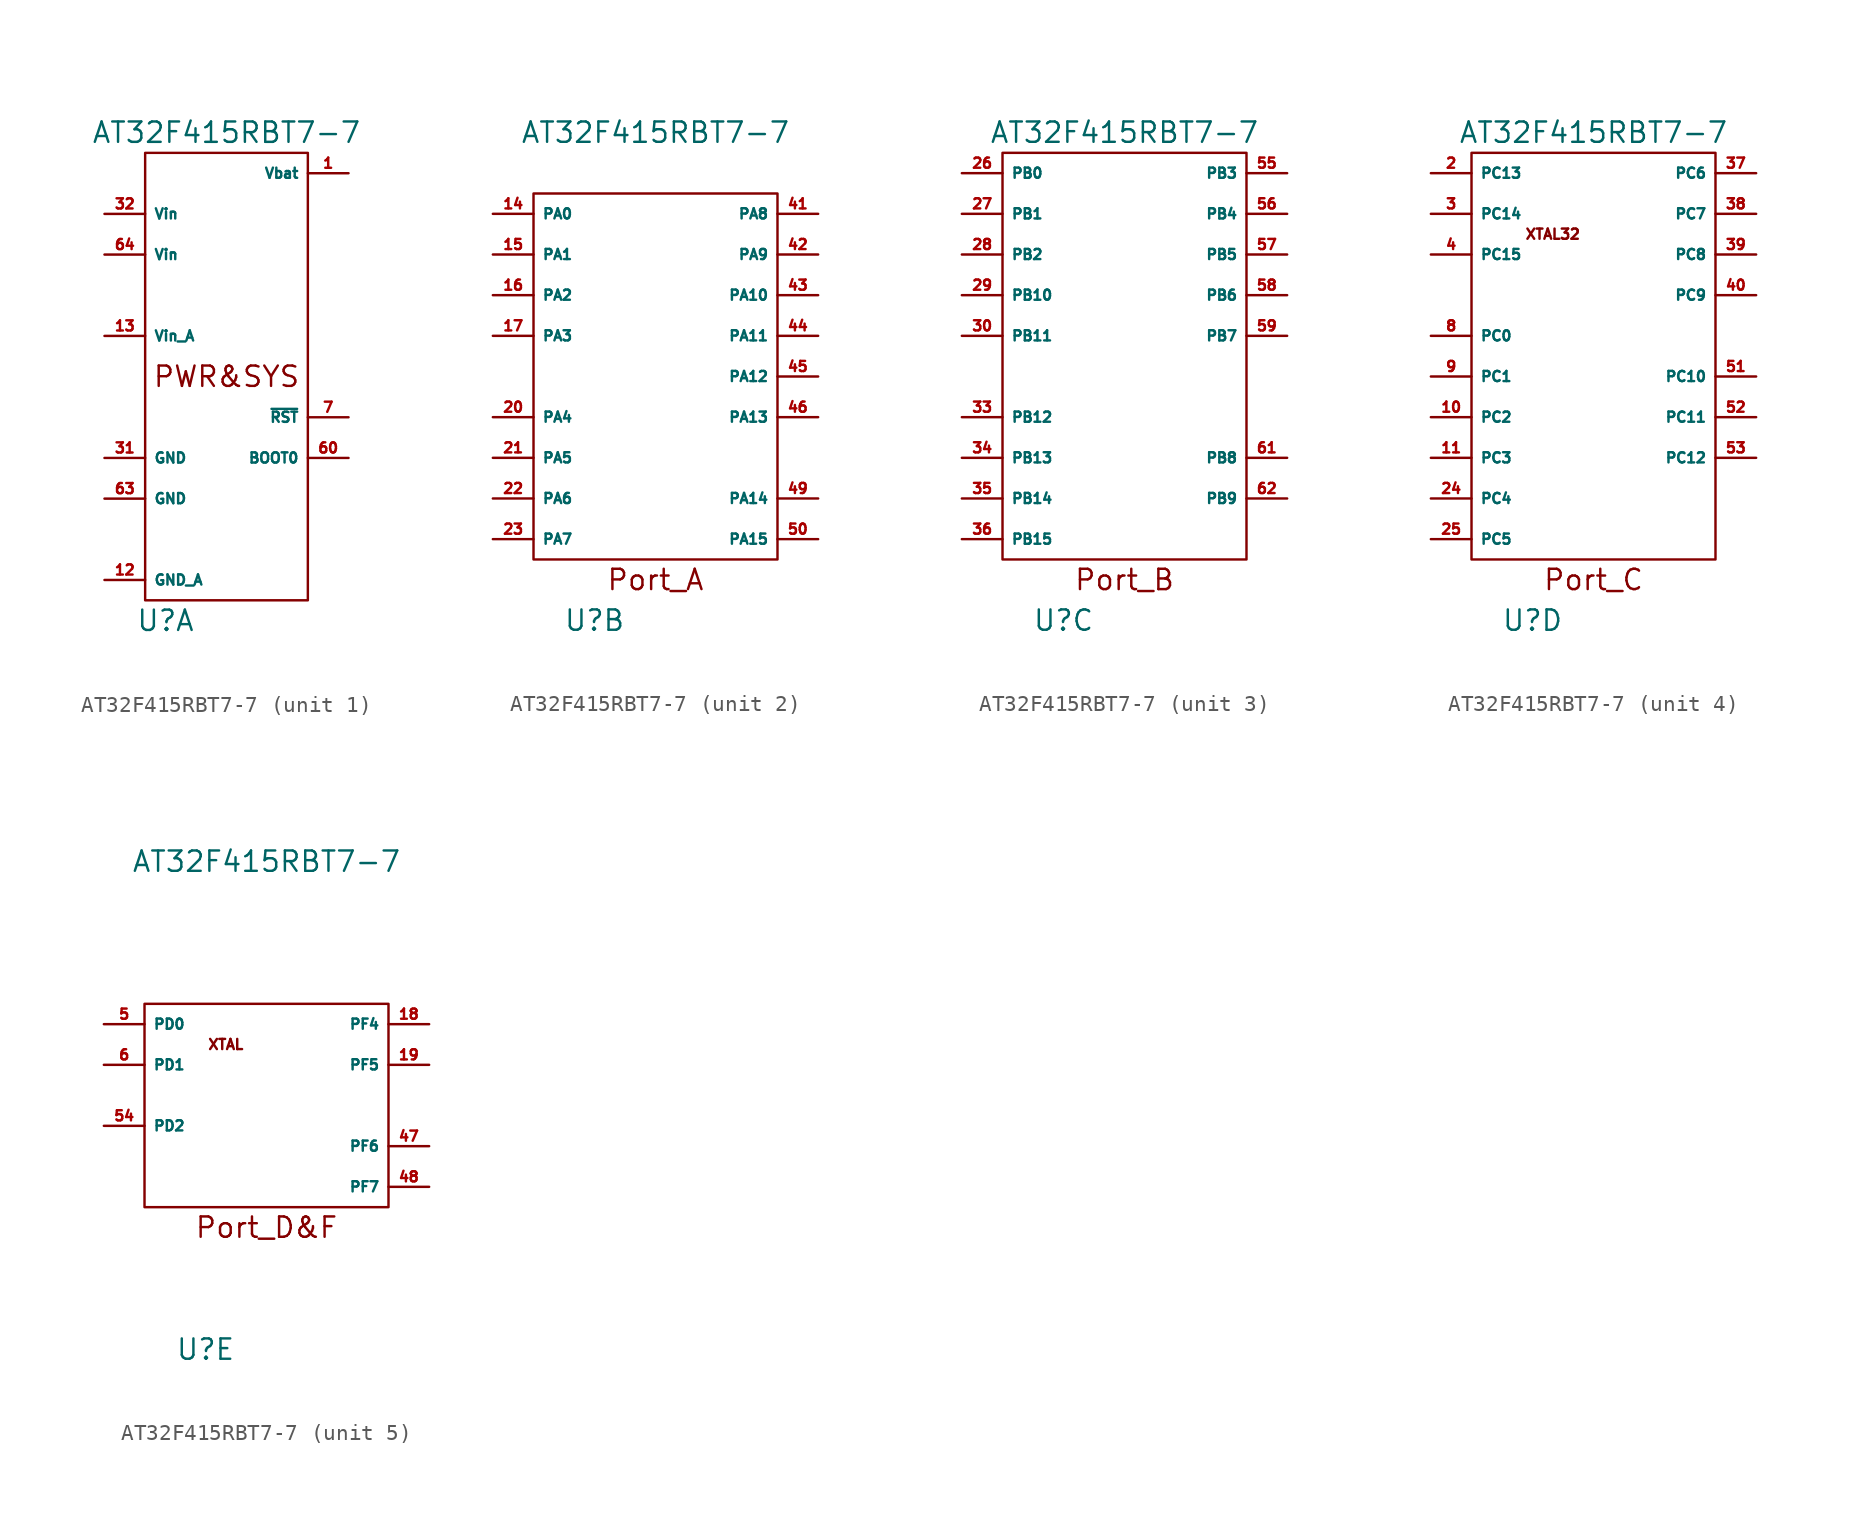
<source format=kicad_sym>
(kicad_symbol_lib
  (version 20211014)
  (generator kicad_symbol_editor)
  (symbol "AT32F415RBT7-7"
    (property "Reference" "U"
      (at -3.81 -15.24 0)
      (effects (font (size 1.27 1.27))))
    (property "Value" "AT32F415RBT7-7"
      (at 0 15.24 0)
      (effects (font (size 1.27 1.27))))
    (property "ki_locked" ""
      (at 0 0 0)
      (effects (font (size 1.27 1.27))))
    (symbol "AT32F415RBT7-7_1_0"
      (rectangle (start -5.08 13.97) (end 5.08 -13.97) (stroke (width 0) (type default) (color 0 0 0 0)) (fill (type none)))
      (text "PWR&SYS" (at 0 0 0) (effects (font (size 1.27 1.27)))))
    (symbol "AT32F415RBT7-7_1_1"
      (pin power_in line (at 7.62 12.7 180) (length 2.54) (name "Vbat" (effects (font (size 0.635 0.635)))) (number "1" (effects (font (size 0.635 0.635)))))
      (pin power_in line (at -7.62 -12.7 0) (length 2.54) (name "GND_A" (effects (font (size 0.635 0.635)))) (number "12" (effects (font (size 0.635 0.635)))))
      (pin power_in line (at -7.62 2.54 0) (length 2.54) (name "Vin_A" (effects (font (size 0.635 0.635)))) (number "13" (effects (font (size 0.635 0.635)))))
      (pin power_in line (at -7.62 -5.08 0) (length 2.54) (name "GND" (effects (font (size 0.635 0.635)))) (number "31" (effects (font (size 0.635 0.635)))))
      (pin power_in line (at -7.62 10.16 0) (length 2.54) (name "Vin" (effects (font (size 0.635 0.635)))) (number "32" (effects (font (size 0.635 0.635)))))
      (pin input line (at 7.62 -5.08 180) (length 2.54) (name "BOOT0" (effects (font (size 0.635 0.635)))) (number "60" (effects (font (size 0.635 0.635)))))
      (pin power_in line (at -7.62 -7.62 0) (length 2.54) (name "GND" (effects (font (size 0.635 0.635)))) (number "63" (effects (font (size 0.635 0.635)))))
      (pin power_in line (at -7.62 7.62 0) (length 2.54) (name "Vin" (effects (font (size 0.635 0.635)))) (number "64" (effects (font (size 0.635 0.635)))))
      (pin input line (at 7.62 -2.54 180) (length 2.54) (name "~{RST}" (effects (font (size 0.635 0.635)))) (number "7" (effects (font (size 0.635 0.635))))))
    (symbol "AT32F415RBT7-7_2_0"
      (rectangle (start -7.62 11.43) (end 7.62 -11.43) (stroke (width 0) (type default) (color 0 0 0 0)) (fill (type none)))
      (text "Port_A" (at 0 -12.7 0) (effects (font (size 1.27 1.27)))))
    (symbol "AT32F415RBT7-7_2_1"
      (pin bidirectional line (at -10.16 10.16 0) (length 2.54) (name "PA0" (effects (font (size 0.635 0.635)))) (number "14" (effects (font (size 0.635 0.635)))))
      (pin bidirectional line (at -10.16 7.62 0) (length 2.54) (name "PA1" (effects (font (size 0.635 0.635)))) (number "15" (effects (font (size 0.635 0.635)))))
      (pin bidirectional line (at -10.16 5.08 0) (length 2.54) (name "PA2" (effects (font (size 0.635 0.635)))) (number "16" (effects (font (size 0.635 0.635)))))
      (pin bidirectional line (at -10.16 2.54 0) (length 2.54) (name "PA3" (effects (font (size 0.635 0.635)))) (number "17" (effects (font (size 0.635 0.635)))))
      (pin bidirectional line (at -10.16 -2.54 0) (length 2.54) (name "PA4" (effects (font (size 0.635 0.635)))) (number "20" (effects (font (size 0.635 0.635)))))
      (pin bidirectional line (at -10.16 -5.08 0) (length 2.54) (name "PA5" (effects (font (size 0.635 0.635)))) (number "21" (effects (font (size 0.635 0.635)))))
      (pin bidirectional line (at -10.16 -7.62 0) (length 2.54) (name "PA6" (effects (font (size 0.635 0.635)))) (number "22" (effects (font (size 0.635 0.635)))))
      (pin bidirectional line (at -10.16 -10.16 0) (length 2.54) (name "PA7" (effects (font (size 0.635 0.635)))) (number "23" (effects (font (size 0.635 0.635)))))
      (pin bidirectional line (at 10.16 10.16 180) (length 2.54) (name "PA8" (effects (font (size 0.635 0.635)))) (number "41" (effects (font (size 0.635 0.635)))))
      (pin bidirectional line (at 10.16 7.62 180) (length 2.54) (name "PA9" (effects (font (size 0.635 0.635)))) (number "42" (effects (font (size 0.635 0.635)))))
      (pin bidirectional line (at 10.16 5.08 180) (length 2.54) (name "PA10" (effects (font (size 0.635 0.635)))) (number "43" (effects (font (size 0.635 0.635)))))
      (pin bidirectional line (at 10.16 2.54 180) (length 2.54) (name "PA11" (effects (font (size 0.635 0.635)))) (number "44" (effects (font (size 0.635 0.635)))))
      (pin bidirectional line (at 10.16 0 180) (length 2.54) (name "PA12" (effects (font (size 0.635 0.635)))) (number "45" (effects (font (size 0.635 0.635)))))
      (pin bidirectional line (at 10.16 -2.54 180) (length 2.54) (name "PA13" (effects (font (size 0.635 0.635)))) (number "46" (effects (font (size 0.635 0.635)))))
      (pin bidirectional line (at 10.16 -7.62 180) (length 2.54) (name "PA14" (effects (font (size 0.635 0.635)))) (number "49" (effects (font (size 0.635 0.635)))))
      (pin bidirectional line (at 10.16 -10.16 180) (length 2.54) (name "PA15" (effects (font (size 0.635 0.635)))) (number "50" (effects (font (size 0.635 0.635))))))
    (symbol "AT32F415RBT7-7_3_0"
      (rectangle (start -7.62 13.97) (end 7.62 -11.43) (stroke (width 0) (type default) (color 0 0 0 0)) (fill (type none)))
      (text "Port_B" (at 0 -12.7 0) (effects (font (size 1.27 1.27)))))
    (symbol "AT32F415RBT7-7_3_1"
      (pin bidirectional line (at -10.16 12.7 0) (length 2.54) (name "PB0" (effects (font (size 0.635 0.635)))) (number "26" (effects (font (size 0.635 0.635)))))
      (pin bidirectional line (at -10.16 10.16 0) (length 2.54) (name "PB1" (effects (font (size 0.635 0.635)))) (number "27" (effects (font (size 0.635 0.635)))))
      (pin bidirectional line (at -10.16 7.62 0) (length 2.54) (name "PB2" (effects (font (size 0.635 0.635)))) (number "28" (effects (font (size 0.635 0.635)))))
      (pin bidirectional line (at -10.16 5.08 0) (length 2.54) (name "PB10" (effects (font (size 0.635 0.635)))) (number "29" (effects (font (size 0.635 0.635)))))
      (pin bidirectional line (at -10.16 2.54 0) (length 2.54) (name "PB11" (effects (font (size 0.635 0.635)))) (number "30" (effects (font (size 0.635 0.635)))))
      (pin bidirectional line (at -10.16 -2.54 0) (length 2.54) (name "PB12" (effects (font (size 0.635 0.635)))) (number "33" (effects (font (size 0.635 0.635)))))
      (pin bidirectional line (at -10.16 -5.08 0) (length 2.54) (name "PB13" (effects (font (size 0.635 0.635)))) (number "34" (effects (font (size 0.635 0.635)))))
      (pin bidirectional line (at -10.16 -7.62 0) (length 2.54) (name "PB14" (effects (font (size 0.635 0.635)))) (number "35" (effects (font (size 0.635 0.635)))))
      (pin bidirectional line (at -10.16 -10.16 0) (length 2.54) (name "PB15" (effects (font (size 0.635 0.635)))) (number "36" (effects (font (size 0.635 0.635)))))
      (pin bidirectional line (at 10.16 12.7 180) (length 2.54) (name "PB3" (effects (font (size 0.635 0.635)))) (number "55" (effects (font (size 0.635 0.635)))))
      (pin bidirectional line (at 10.16 10.16 180) (length 2.54) (name "PB4" (effects (font (size 0.635 0.635)))) (number "56" (effects (font (size 0.635 0.635)))))
      (pin bidirectional line (at 10.16 7.62 180) (length 2.54) (name "PB5" (effects (font (size 0.635 0.635)))) (number "57" (effects (font (size 0.635 0.635)))))
      (pin bidirectional line (at 10.16 5.08 180) (length 2.54) (name "PB6" (effects (font (size 0.635 0.635)))) (number "58" (effects (font (size 0.635 0.635)))))
      (pin bidirectional line (at 10.16 2.54 180) (length 2.54) (name "PB7" (effects (font (size 0.635 0.635)))) (number "59" (effects (font (size 0.635 0.635)))))
      (pin bidirectional line (at 10.16 -5.08 180) (length 2.54) (name "PB8" (effects (font (size 0.635 0.635)))) (number "61" (effects (font (size 0.635 0.635)))))
      (pin bidirectional line (at 10.16 -7.62 180) (length 2.54) (name "PB9" (effects (font (size 0.635 0.635)))) (number "62" (effects (font (size 0.635 0.635))))))
    (symbol "AT32F415RBT7-7_4_0"
      (rectangle (start -7.62 13.97) (end 7.62 -11.43) (stroke (width 0) (type default) (color 0 0 0 0)) (fill (type none)))
      (text "Port_C" (at 0 -12.7 0) (effects (font (size 1.27 1.27)))))
    (symbol "AT32F415RBT7-7_4_1"
      (text "XTAL32" (at -2.54 8.89 0) (effects (font (size 0.635 0.635))))
      (pin bidirectional line (at -10.16 -2.54 0) (length 2.54) (name "PC2" (effects (font (size 0.635 0.635)))) (number "10" (effects (font (size 0.635 0.635)))))
      (pin bidirectional line (at -10.16 -5.08 0) (length 2.54) (name "PC3" (effects (font (size 0.635 0.635)))) (number "11" (effects (font (size 0.635 0.635)))))
      (pin bidirectional line (at -10.16 12.7 0) (length 2.54) (name "PC13" (effects (font (size 0.635 0.635)))) (number "2" (effects (font (size 0.635 0.635)))))
      (pin bidirectional line (at -10.16 -7.62 0) (length 2.54) (name "PC4" (effects (font (size 0.635 0.635)))) (number "24" (effects (font (size 0.635 0.635)))))
      (pin bidirectional line (at -10.16 -10.16 0) (length 2.54) (name "PC5" (effects (font (size 0.635 0.635)))) (number "25" (effects (font (size 0.635 0.635)))))
      (pin bidirectional line (at -10.16 10.16 0) (length 2.54) (name "PC14" (effects (font (size 0.635 0.635)))) (number "3" (effects (font (size 0.635 0.635)))))
      (pin bidirectional line (at 10.16 12.7 180) (length 2.54) (name "PC6" (effects (font (size 0.635 0.635)))) (number "37" (effects (font (size 0.635 0.635)))))
      (pin bidirectional line (at 10.16 10.16 180) (length 2.54) (name "PC7" (effects (font (size 0.635 0.635)))) (number "38" (effects (font (size 0.635 0.635)))))
      (pin bidirectional line (at 10.16 7.62 180) (length 2.54) (name "PC8" (effects (font (size 0.635 0.635)))) (number "39" (effects (font (size 0.635 0.635)))))
      (pin bidirectional line (at -10.16 7.62 0) (length 2.54) (name "PC15" (effects (font (size 0.635 0.635)))) (number "4" (effects (font (size 0.635 0.635)))))
      (pin bidirectional line (at 10.16 5.08 180) (length 2.54) (name "PC9" (effects (font (size 0.635 0.635)))) (number "40" (effects (font (size 0.635 0.635)))))
      (pin bidirectional line (at 10.16 0 180) (length 2.54) (name "PC10" (effects (font (size 0.635 0.635)))) (number "51" (effects (font (size 0.635 0.635)))))
      (pin bidirectional line (at 10.16 -2.54 180) (length 2.54) (name "PC11" (effects (font (size 0.635 0.635)))) (number "52" (effects (font (size 0.635 0.635)))))
      (pin bidirectional line (at 10.16 -5.08 180) (length 2.54) (name "PC12" (effects (font (size 0.635 0.635)))) (number "53" (effects (font (size 0.635 0.635)))))
      (pin bidirectional line (at -10.16 2.54 0) (length 2.54) (name "PC0" (effects (font (size 0.635 0.635)))) (number "8" (effects (font (size 0.635 0.635)))))
      (pin bidirectional line (at -10.16 0 0) (length 2.54) (name "PC1" (effects (font (size 0.635 0.635)))) (number "9" (effects (font (size 0.635 0.635))))))
    (symbol "AT32F415RBT7-7_5_0"
      (rectangle (start -7.62 6.35) (end 7.62 -6.35) (stroke (width 0) (type default) (color 0 0 0 0)) (fill (type none)))
      (text "Port_D&F" (at 0 -7.62 0) (effects (font (size 1.27 1.27)))))
    (symbol "AT32F415RBT7-7_5_1"
      (text "XTAL" (at -2.54 3.81 0) (effects (font (size 0.635 0.635))))
      (pin bidirectional line (at 10.16 5.08 180) (length 2.54) (name "PF4" (effects (font (size 0.635 0.635)))) (number "18" (effects (font (size 0.635 0.635)))))
      (pin bidirectional line (at 10.16 2.54 180) (length 2.54) (name "PF5" (effects (font (size 0.635 0.635)))) (number "19" (effects (font (size 0.635 0.635)))))
      (pin bidirectional line (at 10.16 -2.54 180) (length 2.54) (name "PF6" (effects (font (size 0.635 0.635)))) (number "47" (effects (font (size 0.635 0.635)))))
      (pin bidirectional line (at 10.16 -5.08 180) (length 2.54) (name "PF7" (effects (font (size 0.635 0.635)))) (number "48" (effects (font (size 0.635 0.635)))))
      (pin bidirectional line (at -10.16 5.08 0) (length 2.54) (name "PD0" (effects (font (size 0.635 0.635)))) (number "5" (effects (font (size 0.635 0.635)))) (alternate "TIMA-5_PWM3" bidirectional line) (alternate "XTAL_IN" input clock))
      (pin bidirectional line (at -10.16 -1.27 0) (length 2.54) (name "PD2" (effects (font (size 0.635 0.635)))) (number "54" (effects (font (size 0.635 0.635)))))
      (pin bidirectional line (at -10.16 2.54 0) (length 2.54) (name "PD1" (effects (font (size 0.635 0.635)))) (number "6" (effects (font (size 0.635 0.635)))) (alternate "TIMA-5_PWM4" bidirectional line) (alternate "XTAL_OUT" output clock)))))
</source>
